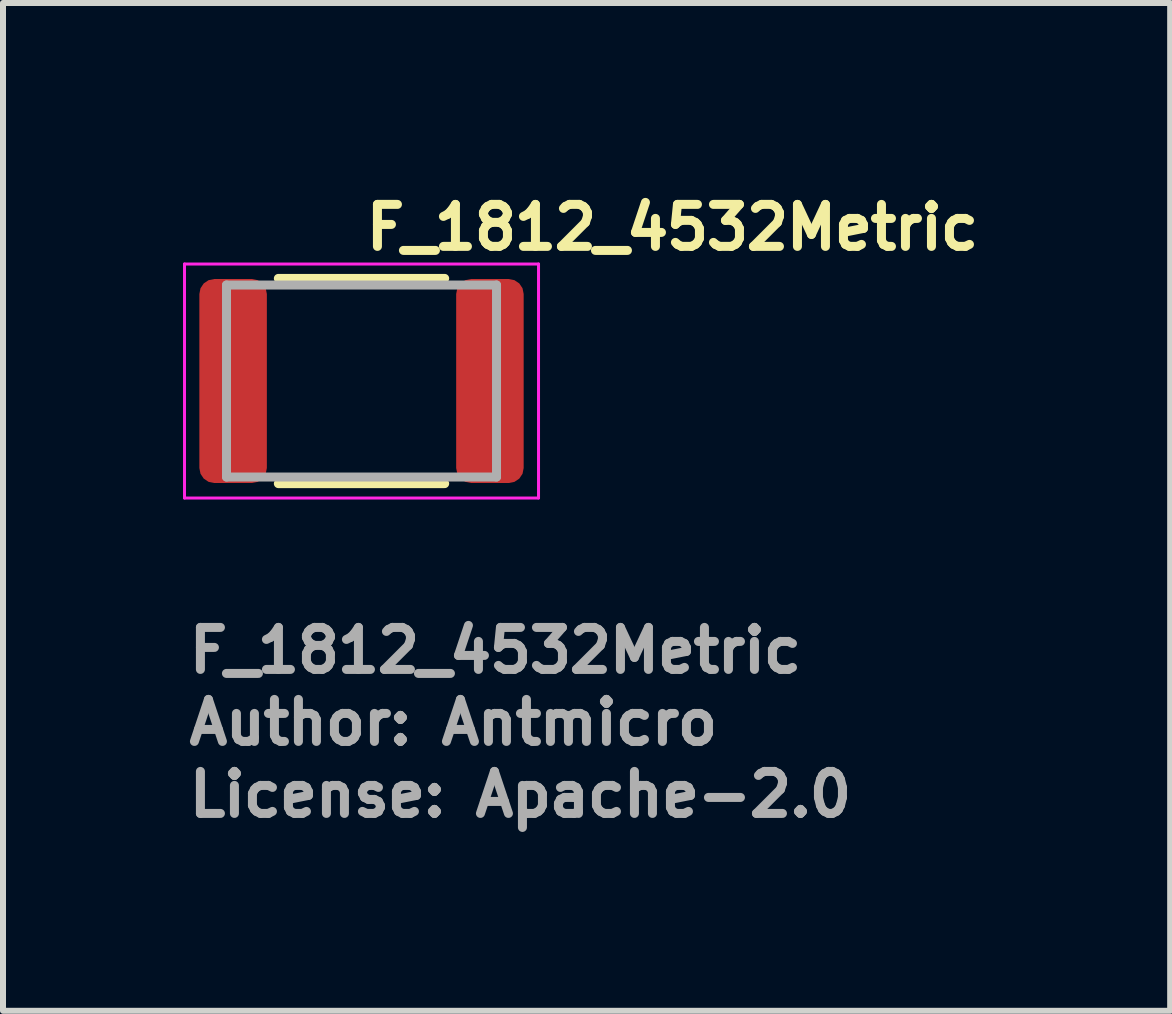
<source format=kicad_pcb>
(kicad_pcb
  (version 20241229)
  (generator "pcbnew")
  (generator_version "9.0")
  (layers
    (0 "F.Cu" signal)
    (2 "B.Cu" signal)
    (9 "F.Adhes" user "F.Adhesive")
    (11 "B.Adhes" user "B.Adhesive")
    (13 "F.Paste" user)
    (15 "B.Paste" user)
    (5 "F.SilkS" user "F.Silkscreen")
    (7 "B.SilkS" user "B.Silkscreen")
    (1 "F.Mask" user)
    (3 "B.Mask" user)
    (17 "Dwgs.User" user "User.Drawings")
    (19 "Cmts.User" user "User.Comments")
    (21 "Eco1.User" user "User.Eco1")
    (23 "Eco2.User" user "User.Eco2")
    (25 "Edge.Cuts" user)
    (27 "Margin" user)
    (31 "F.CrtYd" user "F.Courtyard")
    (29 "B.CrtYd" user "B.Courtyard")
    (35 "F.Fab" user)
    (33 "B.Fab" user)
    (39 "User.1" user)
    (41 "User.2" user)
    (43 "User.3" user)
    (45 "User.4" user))
  (footprint "F_1812_4532Metric"
    (layer "F.Cu")
    (at 2.975 3.3)
    (property "Reference" "F_1812_4532Metric" (at 0 -2.15 0) (layer "F.SilkS") (effects (font (size 0.7 0.7) (thickness 0.15)) (justify left bottom)))
    (attr smd)
    (fp_line (start -1.386 -1.71) (end 1.386 -1.71) (stroke (width 0.15) (type solid)) (layer "F.SilkS"))
    (fp_line (start -1.386 1.71) (end 1.386 1.71) (stroke (width 0.15) (type solid)) (layer "F.SilkS"))
    (fp_line (start -2.95 -1.95) (end 2.95 -1.95) (stroke (width 0.05) (type solid)) (layer "F.CrtYd"))
    (fp_line (start -2.95 1.95) (end -2.95 -1.95) (stroke (width 0.05) (type solid)) (layer "F.CrtYd"))
    (fp_line (start 2.95 -1.95) (end 2.95 1.95) (stroke (width 0.05) (type solid)) (layer "F.CrtYd"))
    (fp_line (start 2.95 1.95) (end -2.95 1.95) (stroke (width 0.05) (type solid)) (layer "F.CrtYd"))
    (fp_line (start -2.25 -1.6) (end 2.25 -1.6) (stroke (width 0.15) (type solid)) (layer "F.Fab"))
    (fp_line (start -2.25 1.6) (end -2.25 -1.6) (stroke (width 0.15) (type solid)) (layer "F.Fab"))
    (fp_line (start 2.25 -1.6) (end 2.25 1.6) (stroke (width 0.15) (type solid)) (layer "F.Fab"))
    (fp_line (start 2.25 1.6) (end -2.25 1.6) (stroke (width 0.15) (type solid)) (layer "F.Fab"))
    (fp_rect (start -2.275 -1.62) (end 2.275 1.62) (stroke (width 0.1) (type solid)) (fill no) (layer "User.5"))
    (fp_line (start -2.275 -1.62) (end -2.275 -0.4) (stroke (width 0.02) (type solid)) (layer "User.9"))
    (fp_line (start -2.275 0.4) (end -2.275 1.62) (stroke (width 0.02) (type solid)) (layer "User.9"))
    (fp_line (start -2.275 0.4) (end -2.248 0.399) (stroke (width 0.02) (type solid)) (layer "User.9"))
    (fp_line (start -2.275 1.62) (end -1.525 1.62) (stroke (width 0.02) (type solid)) (layer "User.9"))
    (fp_line (start -2.262 -0.4) (end -2.275 -0.4) (stroke (width 0.02) (type solid)) (layer "User.9"))
    (fp_line (start -2.248 -0.399) (end -2.262 -0.4) (stroke (width 0.02) (type solid)) (layer "User.9"))
    (fp_line (start -2.248 0.399) (end -2.222 0.396) (stroke (width 0.02) (type solid)) (layer "User.9"))
    (fp_line (start -2.235 -0.398) (end -2.248 -0.399) (stroke (width 0.02) (type solid)) (layer "User.9"))
    (fp_line (start -2.222 -0.396) (end -2.235 -0.398) (stroke (width 0.02) (type solid)) (layer "User.9"))
    (fp_line (start -2.222 0.396) (end -2.196 0.392) (stroke (width 0.02) (type solid)) (layer "User.9"))
    (fp_line (start -2.209 -0.395) (end -2.222 -0.396) (stroke (width 0.02) (type solid)) (layer "User.9"))
    (fp_line (start -2.196 -0.392) (end -2.209 -0.395) (stroke (width 0.02) (type solid)) (layer "User.9"))
    (fp_line (start -2.196 0.392) (end -2.171 0.386) (stroke (width 0.02) (type solid)) (layer "User.9"))
    (fp_line (start -2.183 -0.389) (end -2.196 -0.392) (stroke (width 0.02) (type solid)) (layer "User.9"))
    (fp_line (start -2.171 -0.386) (end -2.183 -0.389) (stroke (width 0.02) (type solid)) (layer "User.9"))
    (fp_line (start -2.171 0.386) (end -2.146 0.379) (stroke (width 0.02) (type solid)) (layer "User.9"))
    (fp_line (start -2.158 -0.383) (end -2.171 -0.386) (stroke (width 0.02) (type solid)) (layer "User.9"))
    (fp_line (start -2.146 -0.379) (end -2.158 -0.383) (stroke (width 0.02) (type solid)) (layer "User.9"))
    (fp_line (start -2.146 0.379) (end -2.121 0.369) (stroke (width 0.02) (type solid)) (layer "User.9"))
    (fp_line (start -2.133 -0.374) (end -2.146 -0.379) (stroke (width 0.02) (type solid)) (layer "User.9"))
    (fp_line (start -2.121 -0.369) (end -2.133 -0.374) (stroke (width 0.02) (type solid)) (layer "User.9"))
    (fp_line (start -2.121 0.369) (end -2.098 0.359) (stroke (width 0.02) (type solid)) (layer "User.9"))
    (fp_line (start -2.11 -0.364) (end -2.121 -0.369) (stroke (width 0.02) (type solid)) (layer "User.9"))
    (fp_line (start -2.098 -0.359) (end -2.11 -0.364) (stroke (width 0.02) (type solid)) (layer "User.9"))
    (fp_line (start -2.098 0.359) (end -2.075 0.346) (stroke (width 0.02) (type solid)) (layer "User.9"))
    (fp_line (start -2.086 -0.353) (end -2.098 -0.359) (stroke (width 0.02) (type solid)) (layer "User.9"))
    (fp_line (start -2.075 -0.346) (end -2.086 -0.353) (stroke (width 0.02) (type solid)) (layer "User.9"))
    (fp_line (start -2.075 0.346) (end -2.053 0.333) (stroke (width 0.02) (type solid)) (layer "User.9"))
    (fp_line (start -2.064 -0.34) (end -2.075 -0.346) (stroke (width 0.02) (type solid)) (layer "User.9"))
    (fp_line (start -2.053 -0.333) (end -2.064 -0.34) (stroke (width 0.02) (type solid)) (layer "User.9"))
    (fp_line (start -2.053 0.333) (end -2.032 0.318) (stroke (width 0.02) (type solid)) (layer "User.9"))
    (fp_line (start -2.042 -0.325) (end -2.053 -0.333) (stroke (width 0.02) (type solid)) (layer "User.9"))
    (fp_line (start -2.032 -0.318) (end -2.042 -0.325) (stroke (width 0.02) (type solid)) (layer "User.9"))
    (fp_line (start -2.032 0.318) (end -2.012 0.301) (stroke (width 0.02) (type solid)) (layer "User.9"))
    (fp_line (start -2.022 -0.31) (end -2.032 -0.318) (stroke (width 0.02) (type solid)) (layer "User.9"))
    (fp_line (start -2.012 -0.301) (end -2.022 -0.31) (stroke (width 0.02) (type solid)) (layer "User.9"))
    (fp_line (start -2.012 0.301) (end -1.993 0.283) (stroke (width 0.02) (type solid)) (layer "User.9"))
    (fp_line (start -2.002 -0.293) (end -2.012 -0.301) (stroke (width 0.02) (type solid)) (layer "User.9"))
    (fp_line (start -1.993 -0.283) (end -2.002 -0.293) (stroke (width 0.02) (type solid)) (layer "User.9"))
    (fp_line (start -1.993 0.283) (end -1.975 0.264) (stroke (width 0.02) (type solid)) (layer "User.9"))
    (fp_line (start -1.984 -0.274) (end -1.993 -0.283) (stroke (width 0.02) (type solid)) (layer "User.9"))
    (fp_line (start -1.975 -0.264) (end -1.984 -0.274) (stroke (width 0.02) (type solid)) (layer "User.9"))
    (fp_line (start -1.975 0.264) (end -1.958 0.244) (stroke (width 0.02) (type solid)) (layer "User.9"))
    (fp_line (start -1.966 -0.254) (end -1.975 -0.264) (stroke (width 0.02) (type solid)) (layer "User.9"))
    (fp_line (start -1.958 -0.244) (end -1.966 -0.254) (stroke (width 0.02) (type solid)) (layer "User.9"))
    (fp_line (start -1.958 0.244) (end -1.943 0.223) (stroke (width 0.02) (type solid)) (layer "User.9"))
    (fp_line (start -1.95 -0.234) (end -1.958 -0.244) (stroke (width 0.02) (type solid)) (layer "User.9"))
    (fp_line (start -1.943 -0.223) (end -1.95 -0.234) (stroke (width 0.02) (type solid)) (layer "User.9"))
    (fp_line (start -1.943 0.223) (end -1.929 0.2) (stroke (width 0.02) (type solid)) (layer "User.9"))
    (fp_line (start -1.935 -0.211) (end -1.943 -0.223) (stroke (width 0.02) (type solid)) (layer "User.9"))
    (fp_line (start -1.929 -0.2) (end -1.935 -0.211) (stroke (width 0.02) (type solid)) (layer "User.9"))
    (fp_line (start -1.929 -0.2) (end -1.929 -0.2) (stroke (width 0.02) (type solid)) (layer "User.9"))
    (fp_line (start -1.929 0.2) (end -1.929 0.2) (stroke (width 0.02) (type solid)) (layer "User.9"))
    (fp_line (start -1.929 0.2) (end -1.916 0.176) (stroke (width 0.02) (type solid)) (layer "User.9"))
    (fp_line (start -1.916 -0.176) (end -1.929 -0.2) (stroke (width 0.02) (type solid)) (layer "User.9"))
    (fp_line (start -1.916 0.176) (end -1.905 0.152) (stroke (width 0.02) (type solid)) (layer "User.9"))
    (fp_line (start -1.905 -0.152) (end -1.916 -0.176) (stroke (width 0.02) (type solid)) (layer "User.9"))
    (fp_line (start -1.905 0.152) (end -1.896 0.128) (stroke (width 0.02) (type solid)) (layer "User.9"))
    (fp_line (start -1.896 -0.128) (end -1.905 -0.152) (stroke (width 0.02) (type solid)) (layer "User.9"))
    (fp_line (start -1.896 0.128) (end -1.888 0.103) (stroke (width 0.02) (type solid)) (layer "User.9"))
    (fp_line (start -1.888 -0.103) (end -1.896 -0.128) (stroke (width 0.02) (type solid)) (layer "User.9"))
    (fp_line (start -1.888 0.103) (end -1.883 0.077) (stroke (width 0.02) (type solid)) (layer "User.9"))
    (fp_line (start -1.883 -0.077) (end -1.888 -0.103) (stroke (width 0.02) (type solid)) (layer "User.9"))
    (fp_line (start -1.883 0.077) (end -1.878 0.052) (stroke (width 0.02) (type solid)) (layer "User.9"))
    (fp_line (start -1.878 -0.052) (end -1.883 -0.077) (stroke (width 0.02) (type solid)) (layer "User.9"))
    (fp_line (start -1.878 0.052) (end -1.876 0.026) (stroke (width 0.02) (type solid)) (layer "User.9"))
    (fp_line (start -1.876 -0.026) (end -1.878 -0.052) (stroke (width 0.02) (type solid)) (layer "User.9"))
    (fp_line (start -1.876 0.026) (end -1.875 0) (stroke (width 0.02) (type solid)) (layer "User.9"))
    (fp_line (start -1.875 0) (end -1.876 -0.026) (stroke (width 0.02) (type solid)) (layer "User.9"))
    (fp_line (start -1.525 -1.62) (end -2.275 -1.62) (stroke (width 0.02) (type solid)) (layer "User.9"))
    (fp_line (start -1.525 -1.62) (end -1.525 1.62) (stroke (width 0.02) (type solid)) (layer "User.9"))
    (fp_line (start -1.525 -1.62) (end 1.525 -1.62) (stroke (width 0.02) (type solid)) (layer "User.9"))
    (fp_line (start -1.525 1.62) (end -1.525 -1.62) (stroke (width 0.02) (type solid)) (layer "User.9"))
    (fp_line (start -1.525 1.62) (end 1.525 1.62) (stroke (width 0.02) (type solid)) (layer "User.9"))
    (fp_line (start 1.525 -1.62) (end 1.525 1.62) (stroke (width 0.02) (type solid)) (layer "User.9"))
    (fp_line (start 1.525 -1.62) (end 1.525 1.62) (stroke (width 0.02) (type solid)) (layer "User.9"))
    (fp_line (start 1.525 1.62) (end 2.275 1.62) (stroke (width 0.02) (type solid)) (layer "User.9"))
    (fp_line (start 1.875 0) (end 1.876 0.026) (stroke (width 0.02) (type solid)) (layer "User.9"))
    (fp_line (start 1.876 -0.026) (end 1.875 0) (stroke (width 0.02) (type solid)) (layer "User.9"))
    (fp_line (start 1.876 0.026) (end 1.878 0.052) (stroke (width 0.02) (type solid)) (layer "User.9"))
    (fp_line (start 1.878 -0.052) (end 1.876 -0.026) (stroke (width 0.02) (type solid)) (layer "User.9"))
    (fp_line (start 1.878 0.052) (end 1.883 0.077) (stroke (width 0.02) (type solid)) (layer "User.9"))
    (fp_line (start 1.883 -0.077) (end 1.878 -0.052) (stroke (width 0.02) (type solid)) (layer "User.9"))
    (fp_line (start 1.883 0.077) (end 1.888 0.103) (stroke (width 0.02) (type solid)) (layer "User.9"))
    (fp_line (start 1.888 -0.103) (end 1.883 -0.077) (stroke (width 0.02) (type solid)) (layer "User.9"))
    (fp_line (start 1.888 0.103) (end 1.896 0.128) (stroke (width 0.02) (type solid)) (layer "User.9"))
    (fp_line (start 1.896 -0.128) (end 1.888 -0.103) (stroke (width 0.02) (type solid)) (layer "User.9"))
    (fp_line (start 1.896 0.128) (end 1.905 0.152) (stroke (width 0.02) (type solid)) (layer "User.9"))
    (fp_line (start 1.905 -0.152) (end 1.896 -0.128) (stroke (width 0.02) (type solid)) (layer "User.9"))
    (fp_line (start 1.905 0.152) (end 1.916 0.176) (stroke (width 0.02) (type solid)) (layer "User.9"))
    (fp_line (start 1.916 -0.176) (end 1.905 -0.152) (stroke (width 0.02) (type solid)) (layer "User.9"))
    (fp_line (start 1.916 0.176) (end 1.929 0.2) (stroke (width 0.02) (type solid)) (layer "User.9"))
    (fp_line (start 1.929 -0.2) (end 1.916 -0.176) (stroke (width 0.02) (type solid)) (layer "User.9"))
    (fp_line (start 1.929 -0.2) (end 1.929 -0.2) (stroke (width 0.02) (type solid)) (layer "User.9"))
    (fp_line (start 1.929 0.2) (end 1.929 0.2) (stroke (width 0.02) (type solid)) (layer "User.9"))
    (fp_line (start 1.929 0.2) (end 1.935 0.211) (stroke (width 0.02) (type solid)) (layer "User.9"))
    (fp_line (start 1.935 0.211) (end 1.943 0.223) (stroke (width 0.02) (type solid)) (layer "User.9"))
    (fp_line (start 1.943 -0.223) (end 1.929 -0.2) (stroke (width 0.02) (type solid)) (layer "User.9"))
    (fp_line (start 1.943 0.223) (end 1.95 0.234) (stroke (width 0.02) (type solid)) (layer "User.9"))
    (fp_line (start 1.95 0.234) (end 1.958 0.244) (stroke (width 0.02) (type solid)) (layer "User.9"))
    (fp_line (start 1.958 -0.244) (end 1.943 -0.223) (stroke (width 0.02) (type solid)) (layer "User.9"))
    (fp_line (start 1.958 0.244) (end 1.966 0.254) (stroke (width 0.02) (type solid)) (layer "User.9"))
    (fp_line (start 1.966 0.254) (end 1.975 0.264) (stroke (width 0.02) (type solid)) (layer "User.9"))
    (fp_line (start 1.975 -0.264) (end 1.958 -0.244) (stroke (width 0.02) (type solid)) (layer "User.9"))
    (fp_line (start 1.975 0.264) (end 1.984 0.274) (stroke (width 0.02) (type solid)) (layer "User.9"))
    (fp_line (start 1.984 0.274) (end 1.993 0.283) (stroke (width 0.02) (type solid)) (layer "User.9"))
    (fp_line (start 1.993 -0.283) (end 1.975 -0.264) (stroke (width 0.02) (type solid)) (layer "User.9"))
    (fp_line (start 1.993 0.283) (end 2.002 0.293) (stroke (width 0.02) (type solid)) (layer "User.9"))
    (fp_line (start 2.002 0.293) (end 2.012 0.301) (stroke (width 0.02) (type solid)) (layer "User.9"))
    (fp_line (start 2.012 -0.301) (end 1.993 -0.283) (stroke (width 0.02) (type solid)) (layer "User.9"))
    (fp_line (start 2.012 0.301) (end 2.022 0.31) (stroke (width 0.02) (type solid)) (layer "User.9"))
    (fp_line (start 2.022 0.31) (end 2.032 0.318) (stroke (width 0.02) (type solid)) (layer "User.9"))
    (fp_line (start 2.032 -0.318) (end 2.012 -0.301) (stroke (width 0.02) (type solid)) (layer "User.9"))
    (fp_line (start 2.032 0.318) (end 2.042 0.325) (stroke (width 0.02) (type solid)) (layer "User.9"))
    (fp_line (start 2.042 0.325) (end 2.053 0.333) (stroke (width 0.02) (type solid)) (layer "User.9"))
    (fp_line (start 2.053 -0.333) (end 2.032 -0.318) (stroke (width 0.02) (type solid)) (layer "User.9"))
    (fp_line (start 2.053 0.333) (end 2.064 0.34) (stroke (width 0.02) (type solid)) (layer "User.9"))
    (fp_line (start 2.064 0.34) (end 2.075 0.346) (stroke (width 0.02) (type solid)) (layer "User.9"))
    (fp_line (start 2.075 -0.346) (end 2.053 -0.333) (stroke (width 0.02) (type solid)) (layer "User.9"))
    (fp_line (start 2.075 0.346) (end 2.086 0.353) (stroke (width 0.02) (type solid)) (layer "User.9"))
    (fp_line (start 2.086 0.353) (end 2.098 0.359) (stroke (width 0.02) (type solid)) (layer "User.9"))
    (fp_line (start 2.098 -0.359) (end 2.075 -0.346) (stroke (width 0.02) (type solid)) (layer "User.9"))
    (fp_line (start 2.098 0.359) (end 2.11 0.364) (stroke (width 0.02) (type solid)) (layer "User.9"))
    (fp_line (start 2.11 0.364) (end 2.121 0.369) (stroke (width 0.02) (type solid)) (layer "User.9"))
    (fp_line (start 2.121 -0.369) (end 2.098 -0.359) (stroke (width 0.02) (type solid)) (layer "User.9"))
    (fp_line (start 2.121 0.369) (end 2.133 0.374) (stroke (width 0.02) (type solid)) (layer "User.9"))
    (fp_line (start 2.133 0.374) (end 2.146 0.379) (stroke (width 0.02) (type solid)) (layer "User.9"))
    (fp_line (start 2.146 -0.379) (end 2.121 -0.369) (stroke (width 0.02) (type solid)) (layer "User.9"))
    (fp_line (start 2.146 0.379) (end 2.158 0.383) (stroke (width 0.02) (type solid)) (layer "User.9"))
    (fp_line (start 2.158 0.383) (end 2.171 0.386) (stroke (width 0.02) (type solid)) (layer "User.9"))
    (fp_line (start 2.171 -0.386) (end 2.146 -0.379) (stroke (width 0.02) (type solid)) (layer "User.9"))
    (fp_line (start 2.171 0.386) (end 2.183 0.389) (stroke (width 0.02) (type solid)) (layer "User.9"))
    (fp_line (start 2.183 0.389) (end 2.196 0.392) (stroke (width 0.02) (type solid)) (layer "User.9"))
    (fp_line (start 2.196 -0.392) (end 2.171 -0.386) (stroke (width 0.02) (type solid)) (layer "User.9"))
    (fp_line (start 2.196 0.392) (end 2.209 0.395) (stroke (width 0.02) (type solid)) (layer "User.9"))
    (fp_line (start 2.209 0.395) (end 2.222 0.396) (stroke (width 0.02) (type solid)) (layer "User.9"))
    (fp_line (start 2.222 -0.396) (end 2.196 -0.392) (stroke (width 0.02) (type solid)) (layer "User.9"))
    (fp_line (start 2.222 0.396) (end 2.235 0.398) (stroke (width 0.02) (type solid)) (layer "User.9"))
    (fp_line (start 2.235 0.398) (end 2.248 0.399) (stroke (width 0.02) (type solid)) (layer "User.9"))
    (fp_line (start 2.248 -0.399) (end 2.222 -0.396) (stroke (width 0.02) (type solid)) (layer "User.9"))
    (fp_line (start 2.248 0.399) (end 2.262 0.4) (stroke (width 0.02) (type solid)) (layer "User.9"))
    (fp_line (start 2.262 0.4) (end 2.275 0.4) (stroke (width 0.02) (type solid)) (layer "User.9"))
    (fp_line (start 2.275 -1.62) (end 1.525 -1.62) (stroke (width 0.02) (type solid)) (layer "User.9"))
    (fp_line (start 2.275 -0.4) (end 2.248 -0.399) (stroke (width 0.02) (type solid)) (layer "User.9"))
    (fp_line (start 2.275 -0.4) (end 2.275 -1.62) (stroke (width 0.02) (type solid)) (layer "User.9"))
    (fp_line (start 2.275 1.62) (end 2.275 0.4) (stroke (width 0.02) (type solid)) (layer "User.9"))
    (fp_text user "Author: Antmicro" (at -2.95 6.1 0) (layer "F.Fab") (effects (font (size 0.7 0.7) (thickness 0.15)) (justify left bottom)))
    (fp_text user "${REFERENCE}" (at -2.95 4.9 0) (layer "F.Fab") (effects (font (size 0.7 0.7) (thickness 0.15)) (justify left bottom)))
    (fp_text user "License: Apache-2.0" (at -2.95 7.3 0) (layer "F.Fab") (effects (font (size 0.7 0.7) (thickness 0.15)) (justify left bottom)))
    (pad "1" smd roundrect (at -2.14 0) (size 1.125 3.4) (layers "F.Cu" "F.Mask" "F.Paste") (roundrect_rratio 0.222))
    (pad "2" smd roundrect (at 2.14 0) (size 1.125 3.4) (layers "F.Cu" "F.Mask" "F.Paste") (roundrect_rratio 0.222)))
  (gr_rect
    (start -3 -3)
    (end 16.452 13.796)
    (stroke (width 0.1) (type default))
    (fill no)
    (layer "Edge.Cuts")))
</source>
